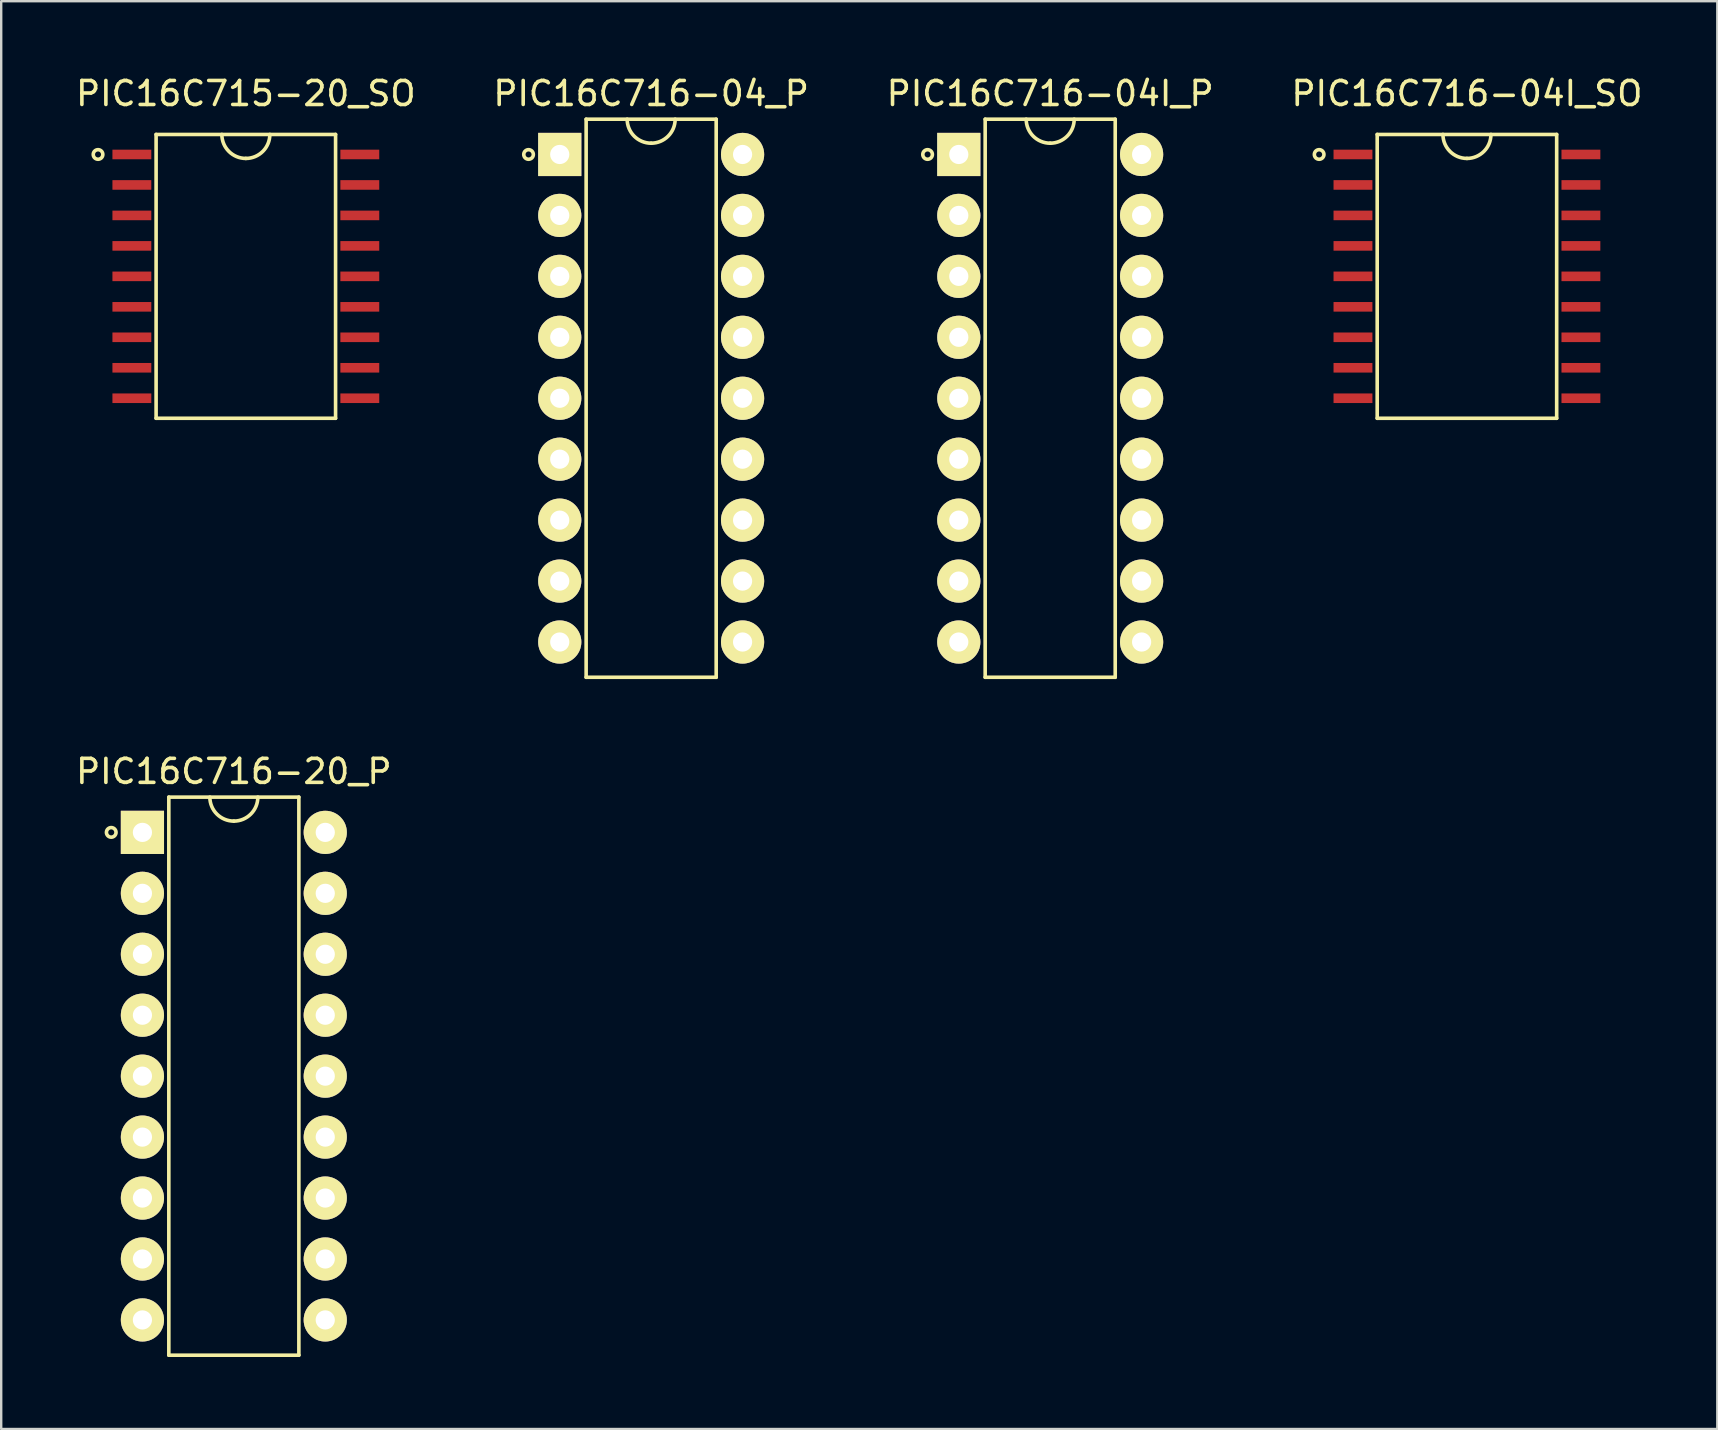
<source format=kicad_pcb>
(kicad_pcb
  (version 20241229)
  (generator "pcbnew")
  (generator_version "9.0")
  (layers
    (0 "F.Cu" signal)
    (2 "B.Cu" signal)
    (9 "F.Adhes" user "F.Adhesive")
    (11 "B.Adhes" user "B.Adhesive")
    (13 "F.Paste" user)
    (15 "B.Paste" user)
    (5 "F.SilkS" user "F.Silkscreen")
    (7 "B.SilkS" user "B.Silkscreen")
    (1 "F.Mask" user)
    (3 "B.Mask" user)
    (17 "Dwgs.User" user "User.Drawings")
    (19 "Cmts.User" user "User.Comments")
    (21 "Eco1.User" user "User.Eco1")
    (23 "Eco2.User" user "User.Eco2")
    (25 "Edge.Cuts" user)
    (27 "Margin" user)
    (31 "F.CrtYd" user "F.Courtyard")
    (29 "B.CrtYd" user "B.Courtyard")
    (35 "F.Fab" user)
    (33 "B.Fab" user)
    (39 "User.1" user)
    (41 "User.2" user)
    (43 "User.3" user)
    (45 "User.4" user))
  (footprint "PIC16C716-20_P"
    (layer "F.Cu")
    (at 2.886 31.642)
    (property "Reference" "PIC16C716-20_P" (at 3.81 -2.54 0) (layer "F.SilkS") (effects (font (size 1 1) (thickness 0.15))))
    (attr through_hole)
    (fp_line (start 1.1 -1.47) (end 6.52 -1.47) (stroke (width 0.15) (type solid)) (layer "F.SilkS"))
    (fp_line (start 1.1 21.79) (end 1.1 -1.47) (stroke (width 0.15) (type solid)) (layer "F.SilkS"))
    (fp_line (start 6.52 -1.47) (end 6.52 21.79) (stroke (width 0.15) (type solid)) (layer "F.SilkS"))
    (fp_line (start 6.52 21.79) (end 1.1 21.79) (stroke (width 0.15) (type solid)) (layer "F.SilkS"))
    (fp_arc (start 3.81 -0.47) (mid 3.102893 -0.762893) (end 2.81 -1.47) (stroke (width 0.15) (type solid)) (layer "F.SilkS"))
    (fp_arc (start 4.81 -1.47) (mid 4.517107 -0.762893) (end 3.81 -0.47) (stroke (width 0.15) (type solid)) (layer "F.SilkS"))
    (fp_circle (center -1.3 0) (end -1.3 0.2) (stroke (width 0.15) (type solid)) (fill no) (layer "F.SilkS"))
    (pad "1" thru_hole rect (at 0 0) (size 1.8 1.8) (drill 0.8) (layers "*.Cu" "*.Mask" "F.SilkS"))
    (pad "2" thru_hole circle (at 0 2.54) (size 1.8 1.8) (drill 0.8) (layers "*.Cu" "*.Mask" "F.SilkS"))
    (pad "3" thru_hole circle (at 0 5.08) (size 1.8 1.8) (drill 0.8) (layers "*.Cu" "*.Mask" "F.SilkS"))
    (pad "4" thru_hole circle (at 0 7.62) (size 1.8 1.8) (drill 0.8) (layers "*.Cu" "*.Mask" "F.SilkS"))
    (pad "5" thru_hole circle (at 0 10.16) (size 1.8 1.8) (drill 0.8) (layers "*.Cu" "*.Mask" "F.SilkS"))
    (pad "6" thru_hole circle (at 0 12.7) (size 1.8 1.8) (drill 0.8) (layers "*.Cu" "*.Mask" "F.SilkS"))
    (pad "7" thru_hole circle (at 0 15.24) (size 1.8 1.8) (drill 0.8) (layers "*.Cu" "*.Mask" "F.SilkS"))
    (pad "8" thru_hole circle (at 0 17.78) (size 1.8 1.8) (drill 0.8) (layers "*.Cu" "*.Mask" "F.SilkS"))
    (pad "9" thru_hole circle (at 0 20.32) (size 1.8 1.8) (drill 0.8) (layers "*.Cu" "*.Mask" "F.SilkS"))
    (pad "10" thru_hole circle (at 7.62 20.32) (size 1.8 1.8) (drill 0.8) (layers "*.Cu" "*.Mask" "F.SilkS"))
    (pad "11" thru_hole circle (at 7.62 17.78) (size 1.8 1.8) (drill 0.8) (layers "*.Cu" "*.Mask" "F.SilkS"))
    (pad "12" thru_hole circle (at 7.62 15.24) (size 1.8 1.8) (drill 0.8) (layers "*.Cu" "*.Mask" "F.SilkS"))
    (pad "13" thru_hole circle (at 7.62 12.7) (size 1.8 1.8) (drill 0.8) (layers "*.Cu" "*.Mask" "F.SilkS"))
    (pad "14" thru_hole circle (at 7.62 10.16) (size 1.8 1.8) (drill 0.8) (layers "*.Cu" "*.Mask" "F.SilkS"))
    (pad "15" thru_hole circle (at 7.62 7.62) (size 1.8 1.8) (drill 0.8) (layers "*.Cu" "*.Mask" "F.SilkS"))
    (pad "16" thru_hole circle (at 7.62 5.08) (size 1.8 1.8) (drill 0.8) (layers "*.Cu" "*.Mask" "F.SilkS"))
    (pad "17" thru_hole circle (at 7.62 2.54) (size 1.8 1.8) (drill 0.8) (layers "*.Cu" "*.Mask" "F.SilkS"))
    (pad "18" thru_hole circle (at 7.62 0) (size 1.8 1.8) (drill 0.8) (layers "*.Cu" "*.Mask" "F.SilkS")))
  (footprint "PIC16C716-04I_SO"
    (layer "F.Cu")
    (at 53.339 3.388)
    (property "Reference" "PIC16C716-04I_SO" (at 4.75 -2.54 0) (layer "F.SilkS") (effects (font (size 1 1) (thickness 0.15))))
    (attr through_hole)
    (fp_line (start 1.01 -0.835) (end 8.49 -0.835) (stroke (width 0.15) (type solid)) (layer "F.SilkS"))
    (fp_line (start 1.01 10.995) (end 1.01 -0.835) (stroke (width 0.15) (type solid)) (layer "F.SilkS"))
    (fp_line (start 8.49 -0.835) (end 8.49 10.995) (stroke (width 0.15) (type solid)) (layer "F.SilkS"))
    (fp_line (start 8.49 10.995) (end 1.01 10.995) (stroke (width 0.15) (type solid)) (layer "F.SilkS"))
    (fp_arc (start 4.75 0.165) (mid 4.042893 -0.127893) (end 3.75 -0.835) (stroke (width 0.15) (type solid)) (layer "F.SilkS"))
    (fp_arc (start 5.75 -0.835) (mid 5.457107 -0.127893) (end 4.75 0.165) (stroke (width 0.15) (type solid)) (layer "F.SilkS"))
    (fp_circle (center -1.41 0) (end -1.41 0.2) (stroke (width 0.15) (type solid)) (fill no) (layer "F.SilkS"))
    (pad "1" smd rect (at 0 0) (size 1.62 0.4) (layers "F.Cu" "F.Mask" "F.Paste"))
    (pad "2" smd rect (at 0 1.27) (size 1.62 0.4) (layers "F.Cu" "F.Mask" "F.Paste"))
    (pad "3" smd rect (at 0 2.54) (size 1.62 0.4) (layers "F.Cu" "F.Mask" "F.Paste"))
    (pad "4" smd rect (at 0 3.81) (size 1.62 0.4) (layers "F.Cu" "F.Mask" "F.Paste"))
    (pad "5" smd rect (at 0 5.08) (size 1.62 0.4) (layers "F.Cu" "F.Mask" "F.Paste"))
    (pad "6" smd rect (at 0 6.35) (size 1.62 0.4) (layers "F.Cu" "F.Mask" "F.Paste"))
    (pad "7" smd rect (at 0 7.62) (size 1.62 0.4) (layers "F.Cu" "F.Mask" "F.Paste"))
    (pad "8" smd rect (at 0 8.89) (size 1.62 0.4) (layers "F.Cu" "F.Mask" "F.Paste"))
    (pad "9" smd rect (at 0 10.16) (size 1.62 0.4) (layers "F.Cu" "F.Mask" "F.Paste"))
    (pad "10" smd rect (at 9.5 10.16) (size 1.62 0.4) (layers "F.Cu" "F.Mask" "F.Paste"))
    (pad "11" smd rect (at 9.5 8.89) (size 1.62 0.4) (layers "F.Cu" "F.Mask" "F.Paste"))
    (pad "12" smd rect (at 9.5 7.62) (size 1.62 0.4) (layers "F.Cu" "F.Mask" "F.Paste"))
    (pad "13" smd rect (at 9.5 6.35) (size 1.62 0.4) (layers "F.Cu" "F.Mask" "F.Paste"))
    (pad "14" smd rect (at 9.5 5.08) (size 1.62 0.4) (layers "F.Cu" "F.Mask" "F.Paste"))
    (pad "15" smd rect (at 9.5 3.81) (size 1.62 0.4) (layers "F.Cu" "F.Mask" "F.Paste"))
    (pad "16" smd rect (at 9.5 2.54) (size 1.62 0.4) (layers "F.Cu" "F.Mask" "F.Paste"))
    (pad "17" smd rect (at 9.5 1.27) (size 1.62 0.4) (layers "F.Cu" "F.Mask" "F.Paste"))
    (pad "18" smd rect (at 9.5 0) (size 1.62 0.4) (layers "F.Cu" "F.Mask" "F.Paste")))
  (footprint "PIC16C716-04I_P"
    (layer "F.Cu")
    (at 36.91 3.388)
    (property "Reference" "PIC16C716-04I_P" (at 3.81 -2.54 0) (layer "F.SilkS") (effects (font (size 1 1) (thickness 0.15))))
    (attr through_hole)
    (fp_line (start 1.1 -1.47) (end 6.52 -1.47) (stroke (width 0.15) (type solid)) (layer "F.SilkS"))
    (fp_line (start 1.1 21.79) (end 1.1 -1.47) (stroke (width 0.15) (type solid)) (layer "F.SilkS"))
    (fp_line (start 6.52 -1.47) (end 6.52 21.79) (stroke (width 0.15) (type solid)) (layer "F.SilkS"))
    (fp_line (start 6.52 21.79) (end 1.1 21.79) (stroke (width 0.15) (type solid)) (layer "F.SilkS"))
    (fp_arc (start 3.81 -0.47) (mid 3.102893 -0.762893) (end 2.81 -1.47) (stroke (width 0.15) (type solid)) (layer "F.SilkS"))
    (fp_arc (start 4.81 -1.47) (mid 4.517107 -0.762893) (end 3.81 -0.47) (stroke (width 0.15) (type solid)) (layer "F.SilkS"))
    (fp_circle (center -1.3 0) (end -1.3 0.2) (stroke (width 0.15) (type solid)) (fill no) (layer "F.SilkS"))
    (pad "1" thru_hole rect (at 0 0) (size 1.8 1.8) (drill 0.8) (layers "*.Cu" "*.Mask" "F.SilkS"))
    (pad "2" thru_hole circle (at 0 2.54) (size 1.8 1.8) (drill 0.8) (layers "*.Cu" "*.Mask" "F.SilkS"))
    (pad "3" thru_hole circle (at 0 5.08) (size 1.8 1.8) (drill 0.8) (layers "*.Cu" "*.Mask" "F.SilkS"))
    (pad "4" thru_hole circle (at 0 7.62) (size 1.8 1.8) (drill 0.8) (layers "*.Cu" "*.Mask" "F.SilkS"))
    (pad "5" thru_hole circle (at 0 10.16) (size 1.8 1.8) (drill 0.8) (layers "*.Cu" "*.Mask" "F.SilkS"))
    (pad "6" thru_hole circle (at 0 12.7) (size 1.8 1.8) (drill 0.8) (layers "*.Cu" "*.Mask" "F.SilkS"))
    (pad "7" thru_hole circle (at 0 15.24) (size 1.8 1.8) (drill 0.8) (layers "*.Cu" "*.Mask" "F.SilkS"))
    (pad "8" thru_hole circle (at 0 17.78) (size 1.8 1.8) (drill 0.8) (layers "*.Cu" "*.Mask" "F.SilkS"))
    (pad "9" thru_hole circle (at 0 20.32) (size 1.8 1.8) (drill 0.8) (layers "*.Cu" "*.Mask" "F.SilkS"))
    (pad "10" thru_hole circle (at 7.62 20.32) (size 1.8 1.8) (drill 0.8) (layers "*.Cu" "*.Mask" "F.SilkS"))
    (pad "11" thru_hole circle (at 7.62 17.78) (size 1.8 1.8) (drill 0.8) (layers "*.Cu" "*.Mask" "F.SilkS"))
    (pad "12" thru_hole circle (at 7.62 15.24) (size 1.8 1.8) (drill 0.8) (layers "*.Cu" "*.Mask" "F.SilkS"))
    (pad "13" thru_hole circle (at 7.62 12.7) (size 1.8 1.8) (drill 0.8) (layers "*.Cu" "*.Mask" "F.SilkS"))
    (pad "14" thru_hole circle (at 7.62 10.16) (size 1.8 1.8) (drill 0.8) (layers "*.Cu" "*.Mask" "F.SilkS"))
    (pad "15" thru_hole circle (at 7.62 7.62) (size 1.8 1.8) (drill 0.8) (layers "*.Cu" "*.Mask" "F.SilkS"))
    (pad "16" thru_hole circle (at 7.62 5.08) (size 1.8 1.8) (drill 0.8) (layers "*.Cu" "*.Mask" "F.SilkS"))
    (pad "17" thru_hole circle (at 7.62 2.54) (size 1.8 1.8) (drill 0.8) (layers "*.Cu" "*.Mask" "F.SilkS"))
    (pad "18" thru_hole circle (at 7.62 0) (size 1.8 1.8) (drill 0.8) (layers "*.Cu" "*.Mask" "F.SilkS")))
  (footprint "PIC16C715-20_SO"
    (layer "F.Cu")
    (at 2.446 3.388)
    (property "Reference" "PIC16C715-20_SO" (at 4.75 -2.54 0) (layer "F.SilkS") (effects (font (size 1 1) (thickness 0.15))))
    (attr through_hole)
    (fp_line (start 1.01 -0.835) (end 8.49 -0.835) (stroke (width 0.15) (type solid)) (layer "F.SilkS"))
    (fp_line (start 1.01 10.995) (end 1.01 -0.835) (stroke (width 0.15) (type solid)) (layer "F.SilkS"))
    (fp_line (start 8.49 -0.835) (end 8.49 10.995) (stroke (width 0.15) (type solid)) (layer "F.SilkS"))
    (fp_line (start 8.49 10.995) (end 1.01 10.995) (stroke (width 0.15) (type solid)) (layer "F.SilkS"))
    (fp_arc (start 4.75 0.165) (mid 4.042893 -0.127893) (end 3.75 -0.835) (stroke (width 0.15) (type solid)) (layer "F.SilkS"))
    (fp_arc (start 5.75 -0.835) (mid 5.457107 -0.127893) (end 4.75 0.165) (stroke (width 0.15) (type solid)) (layer "F.SilkS"))
    (fp_circle (center -1.41 0) (end -1.41 0.2) (stroke (width 0.15) (type solid)) (fill no) (layer "F.SilkS"))
    (pad "1" smd rect (at 0 0) (size 1.62 0.4) (layers "F.Cu" "F.Mask" "F.Paste"))
    (pad "2" smd rect (at 0 1.27) (size 1.62 0.4) (layers "F.Cu" "F.Mask" "F.Paste"))
    (pad "3" smd rect (at 0 2.54) (size 1.62 0.4) (layers "F.Cu" "F.Mask" "F.Paste"))
    (pad "4" smd rect (at 0 3.81) (size 1.62 0.4) (layers "F.Cu" "F.Mask" "F.Paste"))
    (pad "5" smd rect (at 0 5.08) (size 1.62 0.4) (layers "F.Cu" "F.Mask" "F.Paste"))
    (pad "6" smd rect (at 0 6.35) (size 1.62 0.4) (layers "F.Cu" "F.Mask" "F.Paste"))
    (pad "7" smd rect (at 0 7.62) (size 1.62 0.4) (layers "F.Cu" "F.Mask" "F.Paste"))
    (pad "8" smd rect (at 0 8.89) (size 1.62 0.4) (layers "F.Cu" "F.Mask" "F.Paste"))
    (pad "9" smd rect (at 0 10.16) (size 1.62 0.4) (layers "F.Cu" "F.Mask" "F.Paste"))
    (pad "10" smd rect (at 9.5 10.16) (size 1.62 0.4) (layers "F.Cu" "F.Mask" "F.Paste"))
    (pad "11" smd rect (at 9.5 8.89) (size 1.62 0.4) (layers "F.Cu" "F.Mask" "F.Paste"))
    (pad "12" smd rect (at 9.5 7.62) (size 1.62 0.4) (layers "F.Cu" "F.Mask" "F.Paste"))
    (pad "13" smd rect (at 9.5 6.35) (size 1.62 0.4) (layers "F.Cu" "F.Mask" "F.Paste"))
    (pad "14" smd rect (at 9.5 5.08) (size 1.62 0.4) (layers "F.Cu" "F.Mask" "F.Paste"))
    (pad "15" smd rect (at 9.5 3.81) (size 1.62 0.4) (layers "F.Cu" "F.Mask" "F.Paste"))
    (pad "16" smd rect (at 9.5 2.54) (size 1.62 0.4) (layers "F.Cu" "F.Mask" "F.Paste"))
    (pad "17" smd rect (at 9.5 1.27) (size 1.62 0.4) (layers "F.Cu" "F.Mask" "F.Paste"))
    (pad "18" smd rect (at 9.5 0) (size 1.62 0.4) (layers "F.Cu" "F.Mask" "F.Paste")))
  (footprint "PIC16C716-04_P"
    (layer "F.Cu")
    (at 20.279 3.388)
    (property "Reference" "PIC16C716-04_P" (at 3.81 -2.54 0) (layer "F.SilkS") (effects (font (size 1 1) (thickness 0.15))))
    (attr through_hole)
    (fp_line (start 1.1 -1.47) (end 6.52 -1.47) (stroke (width 0.15) (type solid)) (layer "F.SilkS"))
    (fp_line (start 1.1 21.79) (end 1.1 -1.47) (stroke (width 0.15) (type solid)) (layer "F.SilkS"))
    (fp_line (start 6.52 -1.47) (end 6.52 21.79) (stroke (width 0.15) (type solid)) (layer "F.SilkS"))
    (fp_line (start 6.52 21.79) (end 1.1 21.79) (stroke (width 0.15) (type solid)) (layer "F.SilkS"))
    (fp_arc (start 3.81 -0.47) (mid 3.102893 -0.762893) (end 2.81 -1.47) (stroke (width 0.15) (type solid)) (layer "F.SilkS"))
    (fp_arc (start 4.81 -1.47) (mid 4.517107 -0.762893) (end 3.81 -0.47) (stroke (width 0.15) (type solid)) (layer "F.SilkS"))
    (fp_circle (center -1.3 0) (end -1.3 0.2) (stroke (width 0.15) (type solid)) (fill no) (layer "F.SilkS"))
    (pad "1" thru_hole rect (at 0 0) (size 1.8 1.8) (drill 0.8) (layers "*.Cu" "*.Mask" "F.SilkS"))
    (pad "2" thru_hole circle (at 0 2.54) (size 1.8 1.8) (drill 0.8) (layers "*.Cu" "*.Mask" "F.SilkS"))
    (pad "3" thru_hole circle (at 0 5.08) (size 1.8 1.8) (drill 0.8) (layers "*.Cu" "*.Mask" "F.SilkS"))
    (pad "4" thru_hole circle (at 0 7.62) (size 1.8 1.8) (drill 0.8) (layers "*.Cu" "*.Mask" "F.SilkS"))
    (pad "5" thru_hole circle (at 0 10.16) (size 1.8 1.8) (drill 0.8) (layers "*.Cu" "*.Mask" "F.SilkS"))
    (pad "6" thru_hole circle (at 0 12.7) (size 1.8 1.8) (drill 0.8) (layers "*.Cu" "*.Mask" "F.SilkS"))
    (pad "7" thru_hole circle (at 0 15.24) (size 1.8 1.8) (drill 0.8) (layers "*.Cu" "*.Mask" "F.SilkS"))
    (pad "8" thru_hole circle (at 0 17.78) (size 1.8 1.8) (drill 0.8) (layers "*.Cu" "*.Mask" "F.SilkS"))
    (pad "9" thru_hole circle (at 0 20.32) (size 1.8 1.8) (drill 0.8) (layers "*.Cu" "*.Mask" "F.SilkS"))
    (pad "10" thru_hole circle (at 7.62 20.32) (size 1.8 1.8) (drill 0.8) (layers "*.Cu" "*.Mask" "F.SilkS"))
    (pad "11" thru_hole circle (at 7.62 17.78) (size 1.8 1.8) (drill 0.8) (layers "*.Cu" "*.Mask" "F.SilkS"))
    (pad "12" thru_hole circle (at 7.62 15.24) (size 1.8 1.8) (drill 0.8) (layers "*.Cu" "*.Mask" "F.SilkS"))
    (pad "13" thru_hole circle (at 7.62 12.7) (size 1.8 1.8) (drill 0.8) (layers "*.Cu" "*.Mask" "F.SilkS"))
    (pad "14" thru_hole circle (at 7.62 10.16) (size 1.8 1.8) (drill 0.8) (layers "*.Cu" "*.Mask" "F.SilkS"))
    (pad "15" thru_hole circle (at 7.62 7.62) (size 1.8 1.8) (drill 0.8) (layers "*.Cu" "*.Mask" "F.SilkS"))
    (pad "16" thru_hole circle (at 7.62 5.08) (size 1.8 1.8) (drill 0.8) (layers "*.Cu" "*.Mask" "F.SilkS"))
    (pad "17" thru_hole circle (at 7.62 2.54) (size 1.8 1.8) (drill 0.8) (layers "*.Cu" "*.Mask" "F.SilkS"))
    (pad "18" thru_hole circle (at 7.62 0) (size 1.8 1.8) (drill 0.8) (layers "*.Cu" "*.Mask" "F.SilkS")))
  (gr_rect
    (start -3 -3)
    (end 68.524 56.507)
    (stroke (width 0.1) (type default))
    (fill no)
    (layer "Edge.Cuts")))
</source>
